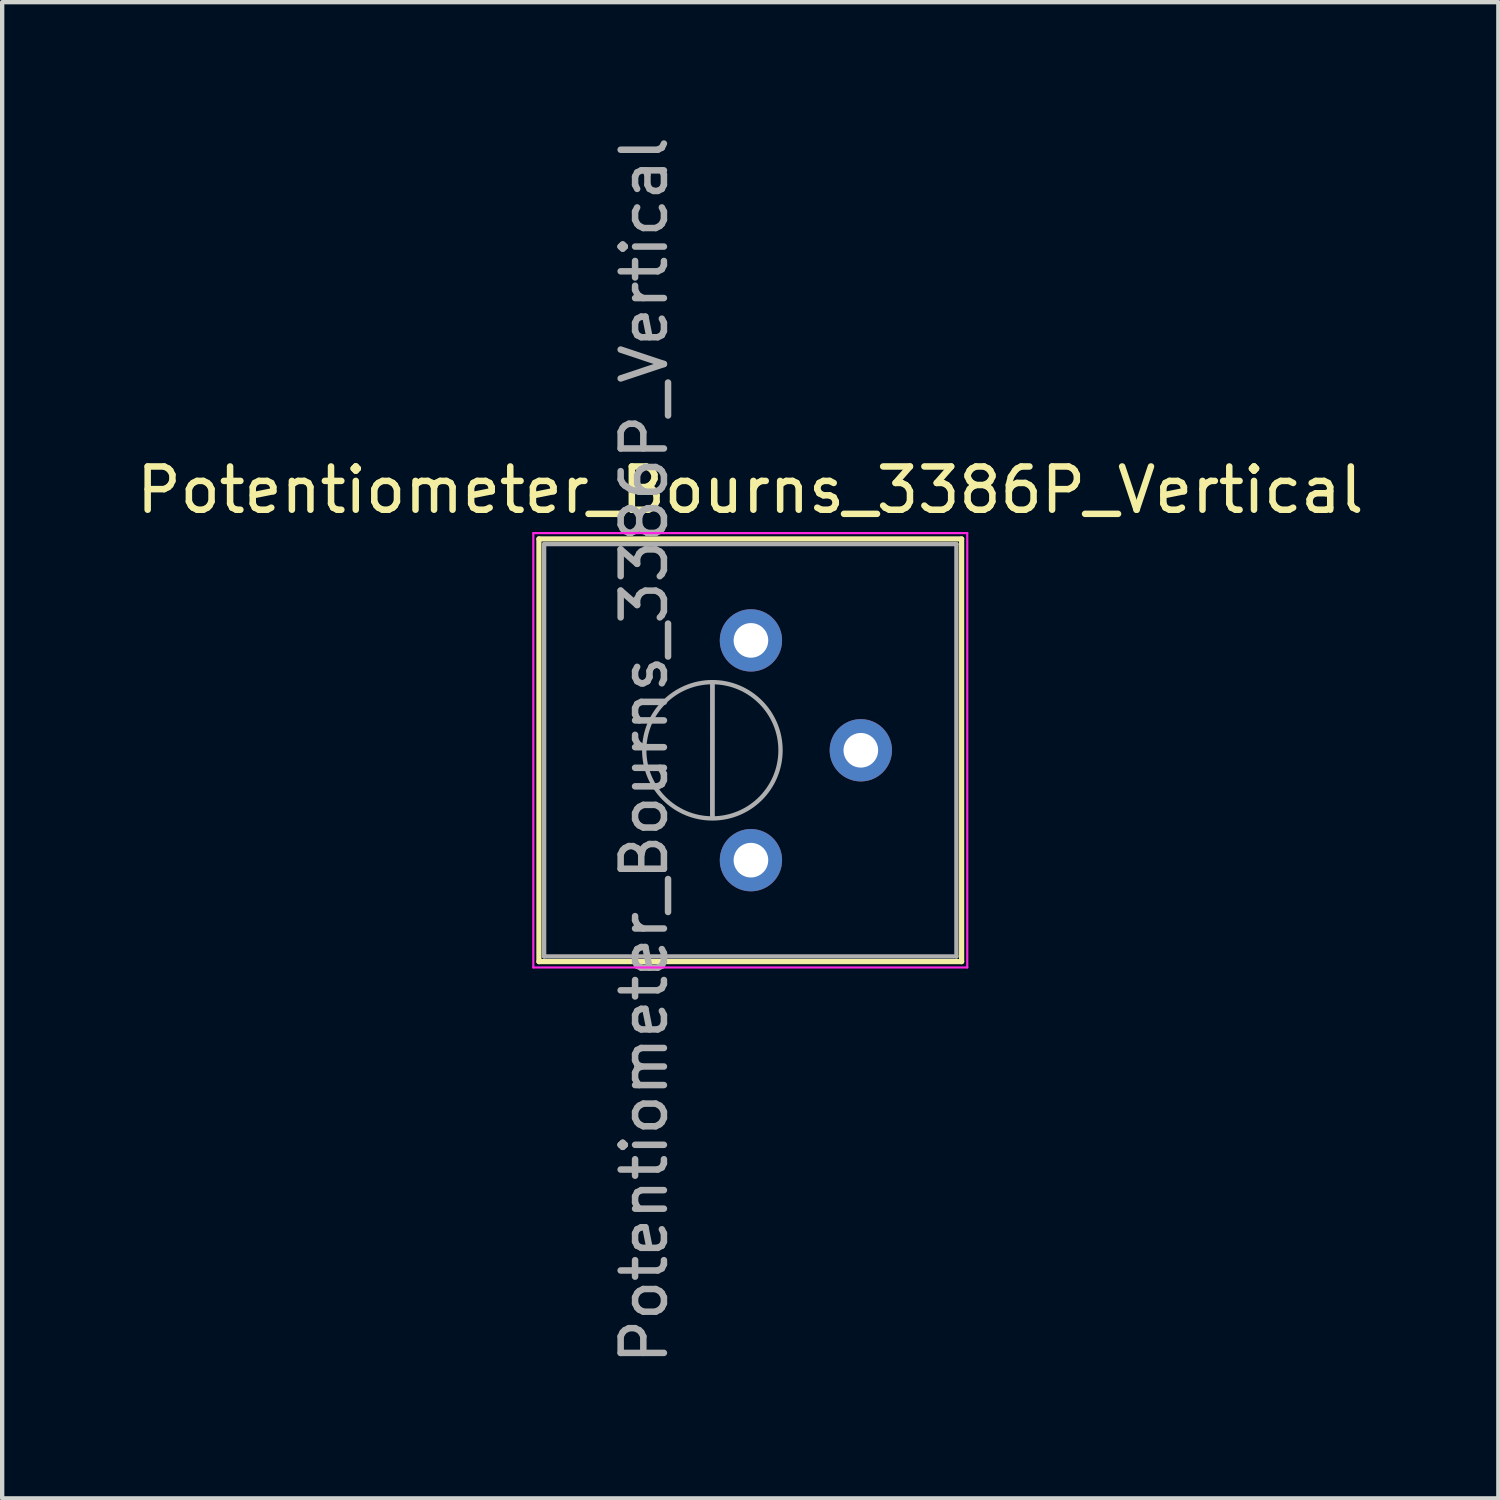
<source format=kicad_pcb>
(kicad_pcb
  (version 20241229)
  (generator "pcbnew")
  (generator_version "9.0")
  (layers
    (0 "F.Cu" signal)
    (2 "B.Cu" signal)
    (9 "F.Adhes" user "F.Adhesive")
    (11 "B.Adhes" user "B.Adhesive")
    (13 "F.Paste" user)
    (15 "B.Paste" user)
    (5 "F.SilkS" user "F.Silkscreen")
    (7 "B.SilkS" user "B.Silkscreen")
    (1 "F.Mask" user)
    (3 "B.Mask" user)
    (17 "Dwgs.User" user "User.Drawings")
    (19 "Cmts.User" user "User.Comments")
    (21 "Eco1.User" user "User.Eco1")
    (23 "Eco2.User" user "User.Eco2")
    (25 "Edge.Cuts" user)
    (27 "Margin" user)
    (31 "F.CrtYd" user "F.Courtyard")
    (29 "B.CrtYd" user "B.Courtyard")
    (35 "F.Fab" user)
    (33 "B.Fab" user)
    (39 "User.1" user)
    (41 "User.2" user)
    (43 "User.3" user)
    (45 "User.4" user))
  (footprint "Potentiometer_Bourns_3386P_Vertical"
    (layer "F.Cu")
    (at 14.307 16.832)
    (property "Reference" "Potentiometer_Bourns_3386P_Vertical" (at -0.015 -8.555 0) (layer "F.SilkS") (effects (font (size 1 1) (thickness 0.15))))
    (attr through_hole)
    (fp_line (start -4.9 -7.425) (end -4.9 2.345) (stroke (width 0.12) (type solid)) (layer "F.SilkS"))
    (fp_line (start -4.9 -7.425) (end 4.87 -7.425) (stroke (width 0.12) (type solid)) (layer "F.SilkS"))
    (fp_line (start -4.9 2.345) (end 4.87 2.345) (stroke (width 0.12) (type solid)) (layer "F.SilkS"))
    (fp_line (start 4.87 -7.425) (end 4.87 2.345) (stroke (width 0.12) (type solid)) (layer "F.SilkS"))
    (fp_line (start -5.03 -7.56) (end -5.03 2.48) (stroke (width 0.05) (type solid)) (layer "F.CrtYd"))
    (fp_line (start -5.03 2.48) (end 5 2.48) (stroke (width 0.05) (type solid)) (layer "F.CrtYd"))
    (fp_line (start 5 -7.56) (end -5.03 -7.56) (stroke (width 0.05) (type solid)) (layer "F.CrtYd"))
    (fp_line (start 5 2.48) (end 5 -7.56) (stroke (width 0.05) (type solid)) (layer "F.CrtYd"))
    (fp_line (start -4.78 -7.305) (end -4.78 2.225) (stroke (width 0.1) (type solid)) (layer "F.Fab"))
    (fp_line (start -4.78 2.225) (end 4.75 2.225) (stroke (width 0.1) (type solid)) (layer "F.Fab"))
    (fp_line (start -0.891 -0.98) (end -0.89 -4.099) (stroke (width 0.1) (type solid)) (layer "F.Fab"))
    (fp_line (start -0.891 -0.98) (end -0.89 -4.099) (stroke (width 0.1) (type solid)) (layer "F.Fab"))
    (fp_line (start 4.75 -7.305) (end -4.78 -7.305) (stroke (width 0.1) (type solid)) (layer "F.Fab"))
    (fp_line (start 4.75 2.225) (end 4.75 -7.305) (stroke (width 0.1) (type solid)) (layer "F.Fab"))
    (fp_circle (center -0.891 -2.54) (end 0.684 -2.54) (stroke (width 0.1) (type solid)) (fill no) (layer "F.Fab"))
    (fp_text user "${REFERENCE}" (at -2.466 -2.54 90) (layer "F.Fab") (effects (font (size 1 1) (thickness 0.15))))
    (pad "1" thru_hole circle (at 0 0) (size 1.44 1.44) (drill 0.8) (layers "*.Cu" "*.Mask"))
    (pad "2" thru_hole circle (at 2.54 -2.54) (size 1.44 1.44) (drill 0.8) (layers "*.Cu" "*.Mask"))
    (pad "3" thru_hole circle (at 0 -5.08) (size 1.44 1.44) (drill 0.8) (layers "*.Cu" "*.Mask")))
  (gr_rect
    (start -3 -3)
    (end 31.583 31.583)
    (stroke (width 0.1) (type default))
    (fill no)
    (layer "Edge.Cuts")))
</source>
